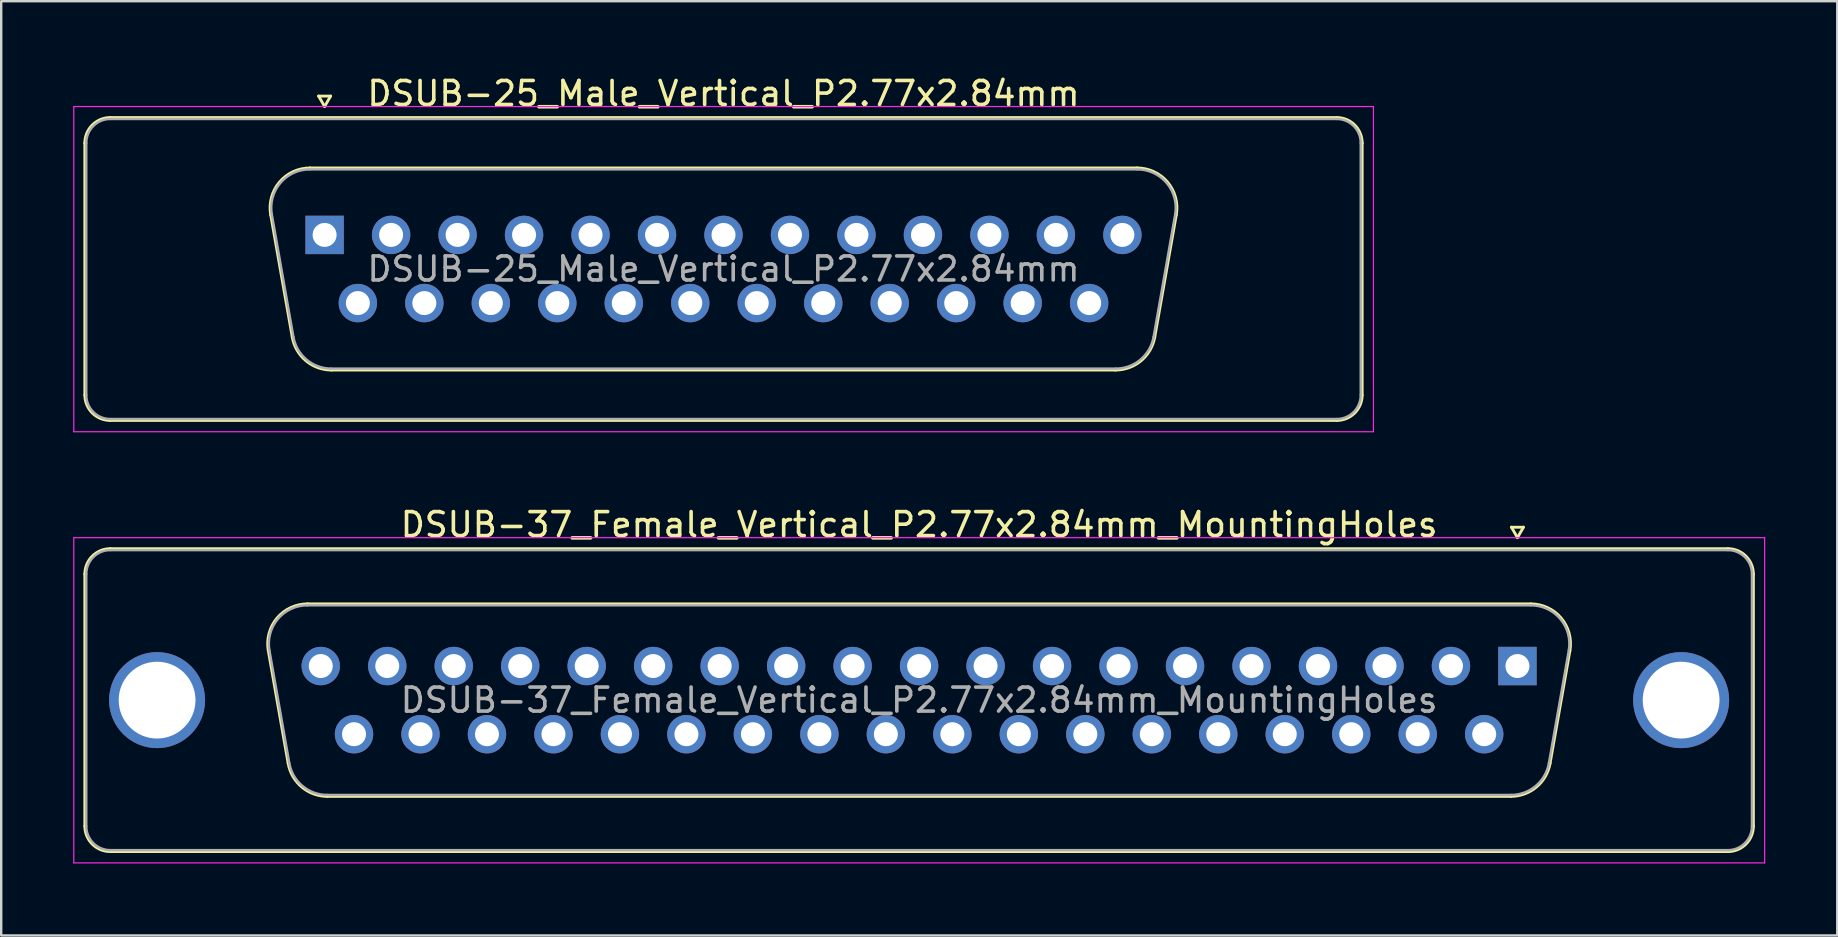
<source format=kicad_pcb>
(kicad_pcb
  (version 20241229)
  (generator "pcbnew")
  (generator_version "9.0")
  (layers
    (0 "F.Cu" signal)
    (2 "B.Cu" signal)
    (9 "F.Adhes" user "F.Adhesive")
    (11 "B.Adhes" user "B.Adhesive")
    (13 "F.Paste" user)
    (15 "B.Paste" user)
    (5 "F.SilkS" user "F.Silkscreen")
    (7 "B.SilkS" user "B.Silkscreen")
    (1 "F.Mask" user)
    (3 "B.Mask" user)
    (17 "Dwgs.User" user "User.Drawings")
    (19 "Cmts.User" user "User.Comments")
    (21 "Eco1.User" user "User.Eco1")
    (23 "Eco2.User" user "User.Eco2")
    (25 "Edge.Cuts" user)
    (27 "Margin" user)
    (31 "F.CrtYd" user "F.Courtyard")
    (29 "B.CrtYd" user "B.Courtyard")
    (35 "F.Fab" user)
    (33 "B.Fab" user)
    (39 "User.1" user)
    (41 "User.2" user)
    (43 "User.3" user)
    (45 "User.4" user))
  (footprint "DSUB-37_Female_Vertical_P2.77x2.84mm_MountingHoles"
    (layer "F.Cu")
    (at 60.175 24.701)
    (property "Reference" "DSUB-37_Female_Vertical_P2.77x2.84mm_MountingHoles" (at -24.93 -5.89 0) (layer "F.SilkS") (effects (font (size 1 1) (thickness 0.15))))
    (attr through_hole)
    (fp_line (start -59.69 6.67) (end -59.69 -3.83) (stroke (width 0.12) (type solid)) (layer "F.SilkS"))
    (fp_line (start -58.63 -4.89) (end 8.77 -4.89) (stroke (width 0.12) (type solid)) (layer "F.SilkS"))
    (fp_line (start -52.046 -0.642) (end -51.218 4.058) (stroke (width 0.12) (type solid)) (layer "F.SilkS"))
    (fp_line (start -50.412 -2.59) (end 0.552 -2.59) (stroke (width 0.12) (type solid)) (layer "F.SilkS"))
    (fp_line (start -49.583 5.43) (end -0.277 5.43) (stroke (width 0.12) (type solid)) (layer "F.SilkS"))
    (fp_line (start -0.25 -5.784) (end 0.25 -5.784) (stroke (width 0.12) (type solid)) (layer "F.SilkS"))
    (fp_line (start 0 -5.351) (end -0.25 -5.784) (stroke (width 0.12) (type solid)) (layer "F.SilkS"))
    (fp_line (start 0.25 -5.784) (end 0 -5.351) (stroke (width 0.12) (type solid)) (layer "F.SilkS"))
    (fp_line (start 2.186 -0.642) (end 1.358 4.058) (stroke (width 0.12) (type solid)) (layer "F.SilkS"))
    (fp_line (start 8.77 7.73) (end -58.63 7.73) (stroke (width 0.12) (type solid)) (layer "F.SilkS"))
    (fp_line (start 9.83 -3.83) (end 9.83 6.67) (stroke (width 0.12) (type solid)) (layer "F.SilkS"))
    (fp_arc (start -59.69 -3.83) (mid -59.379533 -4.579533) (end -58.63 -4.89) (stroke (width 0.12) (type solid)) (layer "F.SilkS"))
    (fp_arc (start -58.63 7.73) (mid -59.379533 7.419533) (end -59.69 6.67) (stroke (width 0.12) (type solid)) (layer "F.SilkS"))
    (fp_arc (start -52.04647 -0.641744) (mid -51.683323 -1.997028) (end -50.411689 -2.59) (stroke (width 0.12) (type solid)) (layer "F.SilkS"))
    (fp_arc (start -49.582952 5.43) (mid -50.64998 5.041634) (end -51.217733 4.058256) (stroke (width 0.12) (type solid)) (layer "F.SilkS"))
    (fp_arc (start 0.551689 -2.59) (mid 1.823323 -1.997027) (end 2.18647 -0.641744) (stroke (width 0.12) (type solid)) (layer "F.SilkS"))
    (fp_arc (start 1.357733 4.058256) (mid 0.78998 5.041634) (end -0.277048 5.43) (stroke (width 0.12) (type solid)) (layer "F.SilkS"))
    (fp_arc (start 8.77 -4.89) (mid 9.519533 -4.579533) (end 9.83 -3.83) (stroke (width 0.12) (type solid)) (layer "F.SilkS"))
    (fp_arc (start 9.83 6.67) (mid 9.519533 7.419533) (end 8.77 7.73) (stroke (width 0.12) (type solid)) (layer "F.SilkS"))
    (fp_line (start -60.15 -5.35) (end -60.15 8.2) (stroke (width 0.05) (type solid)) (layer "F.CrtYd"))
    (fp_line (start -60.15 8.2) (end 10.3 8.2) (stroke (width 0.05) (type solid)) (layer "F.CrtYd"))
    (fp_line (start 10.3 -5.35) (end -60.15 -5.35) (stroke (width 0.05) (type solid)) (layer "F.CrtYd"))
    (fp_line (start 10.3 8.2) (end 10.3 -5.35) (stroke (width 0.05) (type solid)) (layer "F.CrtYd"))
    (fp_line (start -59.63 6.67) (end -59.63 -3.83) (stroke (width 0.1) (type solid)) (layer "F.Fab"))
    (fp_line (start -58.63 -4.83) (end 8.77 -4.83) (stroke (width 0.1) (type solid)) (layer "F.Fab"))
    (fp_line (start -51.999 -0.652) (end -51.17 4.048) (stroke (width 0.1) (type solid)) (layer "F.Fab"))
    (fp_line (start -50.423 -2.53) (end 0.563 -2.53) (stroke (width 0.1) (type solid)) (layer "F.Fab"))
    (fp_line (start -49.594 5.37) (end -0.266 5.37) (stroke (width 0.1) (type solid)) (layer "F.Fab"))
    (fp_line (start 2.139 -0.652) (end 1.31 4.048) (stroke (width 0.1) (type solid)) (layer "F.Fab"))
    (fp_line (start 8.77 7.67) (end -58.63 7.67) (stroke (width 0.1) (type solid)) (layer "F.Fab"))
    (fp_line (start 9.77 -3.83) (end 9.77 6.67) (stroke (width 0.1) (type solid)) (layer "F.Fab"))
    (fp_arc (start -59.63 -3.83) (mid -59.337107 -4.537107) (end -58.63 -4.83) (stroke (width 0.1) (type solid)) (layer "F.Fab"))
    (fp_arc (start -58.63 7.67) (mid -59.337107 7.377107) (end -59.63 6.67) (stroke (width 0.1) (type solid)) (layer "F.Fab"))
    (fp_arc (start -51.998886 -0.652163) (mid -51.648865 -1.95846) (end -50.423194 -2.53) (stroke (width 0.1) (type solid)) (layer "F.Fab"))
    (fp_arc (start -49.594457 5.37) (mid -50.622917 4.995671) (end -51.170149 4.047837) (stroke (width 0.1) (type solid)) (layer "F.Fab"))
    (fp_arc (start 0.563194 -2.53) (mid 1.788865 -1.95846) (end 2.138886 -0.652163) (stroke (width 0.1) (type solid)) (layer "F.Fab"))
    (fp_arc (start 1.310149 4.047837) (mid 0.762917 4.995671) (end -0.265543 5.37) (stroke (width 0.1) (type solid)) (layer "F.Fab"))
    (fp_arc (start 8.77 -4.83) (mid 9.477107 -4.537107) (end 9.77 -3.83) (stroke (width 0.1) (type solid)) (layer "F.Fab"))
    (fp_arc (start 9.77 6.67) (mid 9.477107 7.377107) (end 8.77 7.67) (stroke (width 0.1) (type solid)) (layer "F.Fab"))
    (fp_text user "${REFERENCE}" (at -24.93 1.42 0) (layer "F.Fab") (effects (font (size 1 1) (thickness 0.15))))
    (pad "0" thru_hole circle (at -56.68 1.42) (size 4 4) (drill 3.2) (layers "*.Cu" "*.Mask"))
    (pad "0" thru_hole circle (at 6.82 1.42) (size 4 4) (drill 3.2) (layers "*.Cu" "*.Mask"))
    (pad "1" thru_hole rect (at 0 0) (size 1.6 1.6) (drill 1) (layers "*.Cu" "*.Mask"))
    (pad "2" thru_hole circle (at -2.77 0) (size 1.6 1.6) (drill 1) (layers "*.Cu" "*.Mask"))
    (pad "3" thru_hole circle (at -5.54 0) (size 1.6 1.6) (drill 1) (layers "*.Cu" "*.Mask"))
    (pad "4" thru_hole circle (at -8.31 0) (size 1.6 1.6) (drill 1) (layers "*.Cu" "*.Mask"))
    (pad "5" thru_hole circle (at -11.08 0) (size 1.6 1.6) (drill 1) (layers "*.Cu" "*.Mask"))
    (pad "6" thru_hole circle (at -13.85 0) (size 1.6 1.6) (drill 1) (layers "*.Cu" "*.Mask"))
    (pad "7" thru_hole circle (at -16.62 0) (size 1.6 1.6) (drill 1) (layers "*.Cu" "*.Mask"))
    (pad "8" thru_hole circle (at -19.39 0) (size 1.6 1.6) (drill 1) (layers "*.Cu" "*.Mask"))
    (pad "9" thru_hole circle (at -22.16 0) (size 1.6 1.6) (drill 1) (layers "*.Cu" "*.Mask"))
    (pad "10" thru_hole circle (at -24.93 0) (size 1.6 1.6) (drill 1) (layers "*.Cu" "*.Mask"))
    (pad "11" thru_hole circle (at -27.7 0) (size 1.6 1.6) (drill 1) (layers "*.Cu" "*.Mask"))
    (pad "12" thru_hole circle (at -30.47 0) (size 1.6 1.6) (drill 1) (layers "*.Cu" "*.Mask"))
    (pad "13" thru_hole circle (at -33.24 0) (size 1.6 1.6) (drill 1) (layers "*.Cu" "*.Mask"))
    (pad "14" thru_hole circle (at -36.01 0) (size 1.6 1.6) (drill 1) (layers "*.Cu" "*.Mask"))
    (pad "15" thru_hole circle (at -38.78 0) (size 1.6 1.6) (drill 1) (layers "*.Cu" "*.Mask"))
    (pad "16" thru_hole circle (at -41.55 0) (size 1.6 1.6) (drill 1) (layers "*.Cu" "*.Mask"))
    (pad "17" thru_hole circle (at -44.32 0) (size 1.6 1.6) (drill 1) (layers "*.Cu" "*.Mask"))
    (pad "18" thru_hole circle (at -47.09 0) (size 1.6 1.6) (drill 1) (layers "*.Cu" "*.Mask"))
    (pad "19" thru_hole circle (at -49.86 0) (size 1.6 1.6) (drill 1) (layers "*.Cu" "*.Mask"))
    (pad "20" thru_hole circle (at -1.385 2.84) (size 1.6 1.6) (drill 1) (layers "*.Cu" "*.Mask"))
    (pad "21" thru_hole circle (at -4.155 2.84) (size 1.6 1.6) (drill 1) (layers "*.Cu" "*.Mask"))
    (pad "22" thru_hole circle (at -6.925 2.84) (size 1.6 1.6) (drill 1) (layers "*.Cu" "*.Mask"))
    (pad "23" thru_hole circle (at -9.695 2.84) (size 1.6 1.6) (drill 1) (layers "*.Cu" "*.Mask"))
    (pad "24" thru_hole circle (at -12.465 2.84) (size 1.6 1.6) (drill 1) (layers "*.Cu" "*.Mask"))
    (pad "25" thru_hole circle (at -15.235 2.84) (size 1.6 1.6) (drill 1) (layers "*.Cu" "*.Mask"))
    (pad "26" thru_hole circle (at -18.005 2.84) (size 1.6 1.6) (drill 1) (layers "*.Cu" "*.Mask"))
    (pad "27" thru_hole circle (at -20.775 2.84) (size 1.6 1.6) (drill 1) (layers "*.Cu" "*.Mask"))
    (pad "28" thru_hole circle (at -23.545 2.84) (size 1.6 1.6) (drill 1) (layers "*.Cu" "*.Mask"))
    (pad "29" thru_hole circle (at -26.315 2.84) (size 1.6 1.6) (drill 1) (layers "*.Cu" "*.Mask"))
    (pad "30" thru_hole circle (at -29.085 2.84) (size 1.6 1.6) (drill 1) (layers "*.Cu" "*.Mask"))
    (pad "31" thru_hole circle (at -31.855 2.84) (size 1.6 1.6) (drill 1) (layers "*.Cu" "*.Mask"))
    (pad "32" thru_hole circle (at -34.625 2.84) (size 1.6 1.6) (drill 1) (layers "*.Cu" "*.Mask"))
    (pad "33" thru_hole circle (at -37.395 2.84) (size 1.6 1.6) (drill 1) (layers "*.Cu" "*.Mask"))
    (pad "34" thru_hole circle (at -40.165 2.84) (size 1.6 1.6) (drill 1) (layers "*.Cu" "*.Mask"))
    (pad "35" thru_hole circle (at -42.935 2.84) (size 1.6 1.6) (drill 1) (layers "*.Cu" "*.Mask"))
    (pad "36" thru_hole circle (at -45.705 2.84) (size 1.6 1.6) (drill 1) (layers "*.Cu" "*.Mask"))
    (pad "37" thru_hole circle (at -48.475 2.84) (size 1.6 1.6) (drill 1) (layers "*.Cu" "*.Mask")))
  (footprint "DSUB-25_Male_Vertical_P2.77x2.84mm"
    (layer "F.Cu")
    (at 10.475 6.738)
    (property "Reference" "DSUB-25_Male_Vertical_P2.77x2.84mm" (at 16.62 -5.89 0) (layer "F.SilkS") (effects (font (size 1 1) (thickness 0.15))))
    (attr through_hole)
    (fp_line (start -9.99 6.67) (end -9.99 -3.83) (stroke (width 0.12) (type solid)) (layer "F.SilkS"))
    (fp_line (start -8.93 -4.89) (end 42.17 -4.89) (stroke (width 0.12) (type solid)) (layer "F.SilkS"))
    (fp_line (start -2.246 -0.842) (end -1.347 4.258) (stroke (width 0.12) (type solid)) (layer "F.SilkS"))
    (fp_line (start -0.612 -2.79) (end 33.852 -2.79) (stroke (width 0.12) (type solid)) (layer "F.SilkS"))
    (fp_line (start -0.25 -5.784) (end 0.25 -5.784) (stroke (width 0.12) (type solid)) (layer "F.SilkS"))
    (fp_line (start 0 -5.351) (end -0.25 -5.784) (stroke (width 0.12) (type solid)) (layer "F.SilkS"))
    (fp_line (start 0.25 -5.784) (end 0 -5.351) (stroke (width 0.12) (type solid)) (layer "F.SilkS"))
    (fp_line (start 0.288 5.63) (end 32.952 5.63) (stroke (width 0.12) (type solid)) (layer "F.SilkS"))
    (fp_line (start 35.486 -0.842) (end 34.587 4.258) (stroke (width 0.12) (type solid)) (layer "F.SilkS"))
    (fp_line (start 42.17 7.73) (end -8.93 7.73) (stroke (width 0.12) (type solid)) (layer "F.SilkS"))
    (fp_line (start 43.23 -3.83) (end 43.23 6.67) (stroke (width 0.12) (type solid)) (layer "F.SilkS"))
    (fp_arc (start -9.99 -3.83) (mid -9.679533 -4.579533) (end -8.93 -4.89) (stroke (width 0.12) (type solid)) (layer "F.SilkS"))
    (fp_arc (start -8.93 7.73) (mid -9.679533 7.419533) (end -9.99 6.67) (stroke (width 0.12) (type solid)) (layer "F.SilkS"))
    (fp_arc (start -2.24647 -0.841744) (mid -1.883323 -2.197028) (end -0.611689 -2.79) (stroke (width 0.12) (type solid)) (layer "F.SilkS"))
    (fp_arc (start 0.287579 5.63) (mid -0.779449 5.241634) (end -1.347202 4.258256) (stroke (width 0.12) (type solid)) (layer "F.SilkS"))
    (fp_arc (start 33.851689 -2.79) (mid 35.123323 -2.197027) (end 35.48647 -0.841744) (stroke (width 0.12) (type solid)) (layer "F.SilkS"))
    (fp_arc (start 34.587202 4.258256) (mid 34.019449 5.241634) (end 32.952421 5.63) (stroke (width 0.12) (type solid)) (layer "F.SilkS"))
    (fp_arc (start 42.17 -4.89) (mid 42.919533 -4.579533) (end 43.23 -3.83) (stroke (width 0.12) (type solid)) (layer "F.SilkS"))
    (fp_arc (start 43.23 6.67) (mid 42.919533 7.419533) (end 42.17 7.73) (stroke (width 0.12) (type solid)) (layer "F.SilkS"))
    (fp_line (start -10.45 -5.35) (end -10.45 8.2) (stroke (width 0.05) (type solid)) (layer "F.CrtYd"))
    (fp_line (start -10.45 8.2) (end 43.7 8.2) (stroke (width 0.05) (type solid)) (layer "F.CrtYd"))
    (fp_line (start 43.7 -5.35) (end -10.45 -5.35) (stroke (width 0.05) (type solid)) (layer "F.CrtYd"))
    (fp_line (start 43.7 8.2) (end 43.7 -5.35) (stroke (width 0.05) (type solid)) (layer "F.CrtYd"))
    (fp_line (start -9.93 6.67) (end -9.93 -3.83) (stroke (width 0.1) (type solid)) (layer "F.Fab"))
    (fp_line (start -8.93 -4.83) (end 42.17 -4.83) (stroke (width 0.1) (type solid)) (layer "F.Fab"))
    (fp_line (start -2.199 -0.852) (end -1.3 4.248) (stroke (width 0.1) (type solid)) (layer "F.Fab"))
    (fp_line (start -0.623 -2.73) (end 33.863 -2.73) (stroke (width 0.1) (type solid)) (layer "F.Fab"))
    (fp_line (start 0.276 5.57) (end 32.964 5.57) (stroke (width 0.1) (type solid)) (layer "F.Fab"))
    (fp_line (start 35.439 -0.852) (end 34.54 4.248) (stroke (width 0.1) (type solid)) (layer "F.Fab"))
    (fp_line (start 42.17 7.67) (end -8.93 7.67) (stroke (width 0.1) (type solid)) (layer "F.Fab"))
    (fp_line (start 43.17 -3.83) (end 43.17 6.67) (stroke (width 0.1) (type solid)) (layer "F.Fab"))
    (fp_arc (start -9.93 -3.83) (mid -9.637107 -4.537107) (end -8.93 -4.83) (stroke (width 0.1) (type solid)) (layer "F.Fab"))
    (fp_arc (start -8.93 7.67) (mid -9.637107 7.377107) (end -9.93 6.67) (stroke (width 0.1) (type solid)) (layer "F.Fab"))
    (fp_arc (start -2.198886 -0.852163) (mid -1.848865 -2.15846) (end -0.623194 -2.73) (stroke (width 0.1) (type solid)) (layer "F.Fab"))
    (fp_arc (start 0.276073 5.57) (mid -0.752387 5.195671) (end -1.299619 4.247837) (stroke (width 0.1) (type solid)) (layer "F.Fab"))
    (fp_arc (start 33.863194 -2.73) (mid 35.088865 -2.15846) (end 35.438886 -0.852163) (stroke (width 0.1) (type solid)) (layer "F.Fab"))
    (fp_arc (start 34.539619 4.247837) (mid 33.992387 5.195671) (end 32.963927 5.57) (stroke (width 0.1) (type solid)) (layer "F.Fab"))
    (fp_arc (start 42.17 -4.83) (mid 42.877107 -4.537107) (end 43.17 -3.83) (stroke (width 0.1) (type solid)) (layer "F.Fab"))
    (fp_arc (start 43.17 6.67) (mid 42.877107 7.377107) (end 42.17 7.67) (stroke (width 0.1) (type solid)) (layer "F.Fab"))
    (fp_text user "${REFERENCE}" (at 16.62 1.42 0) (layer "F.Fab") (effects (font (size 1 1) (thickness 0.15))))
    (pad "1" thru_hole rect (at 0 0) (size 1.6 1.6) (drill 1) (layers "*.Cu" "*.Mask"))
    (pad "2" thru_hole circle (at 2.77 0) (size 1.6 1.6) (drill 1) (layers "*.Cu" "*.Mask"))
    (pad "3" thru_hole circle (at 5.54 0) (size 1.6 1.6) (drill 1) (layers "*.Cu" "*.Mask"))
    (pad "4" thru_hole circle (at 8.31 0) (size 1.6 1.6) (drill 1) (layers "*.Cu" "*.Mask"))
    (pad "5" thru_hole circle (at 11.08 0) (size 1.6 1.6) (drill 1) (layers "*.Cu" "*.Mask"))
    (pad "6" thru_hole circle (at 13.85 0) (size 1.6 1.6) (drill 1) (layers "*.Cu" "*.Mask"))
    (pad "7" thru_hole circle (at 16.62 0) (size 1.6 1.6) (drill 1) (layers "*.Cu" "*.Mask"))
    (pad "8" thru_hole circle (at 19.39 0) (size 1.6 1.6) (drill 1) (layers "*.Cu" "*.Mask"))
    (pad "9" thru_hole circle (at 22.16 0) (size 1.6 1.6) (drill 1) (layers "*.Cu" "*.Mask"))
    (pad "10" thru_hole circle (at 24.93 0) (size 1.6 1.6) (drill 1) (layers "*.Cu" "*.Mask"))
    (pad "11" thru_hole circle (at 27.7 0) (size 1.6 1.6) (drill 1) (layers "*.Cu" "*.Mask"))
    (pad "12" thru_hole circle (at 30.47 0) (size 1.6 1.6) (drill 1) (layers "*.Cu" "*.Mask"))
    (pad "13" thru_hole circle (at 33.24 0) (size 1.6 1.6) (drill 1) (layers "*.Cu" "*.Mask"))
    (pad "14" thru_hole circle (at 1.385 2.84) (size 1.6 1.6) (drill 1) (layers "*.Cu" "*.Mask"))
    (pad "15" thru_hole circle (at 4.155 2.84) (size 1.6 1.6) (drill 1) (layers "*.Cu" "*.Mask"))
    (pad "16" thru_hole circle (at 6.925 2.84) (size 1.6 1.6) (drill 1) (layers "*.Cu" "*.Mask"))
    (pad "17" thru_hole circle (at 9.695 2.84) (size 1.6 1.6) (drill 1) (layers "*.Cu" "*.Mask"))
    (pad "18" thru_hole circle (at 12.465 2.84) (size 1.6 1.6) (drill 1) (layers "*.Cu" "*.Mask"))
    (pad "19" thru_hole circle (at 15.235 2.84) (size 1.6 1.6) (drill 1) (layers "*.Cu" "*.Mask"))
    (pad "20" thru_hole circle (at 18.005 2.84) (size 1.6 1.6) (drill 1) (layers "*.Cu" "*.Mask"))
    (pad "21" thru_hole circle (at 20.775 2.84) (size 1.6 1.6) (drill 1) (layers "*.Cu" "*.Mask"))
    (pad "22" thru_hole circle (at 23.545 2.84) (size 1.6 1.6) (drill 1) (layers "*.Cu" "*.Mask"))
    (pad "23" thru_hole circle (at 26.315 2.84) (size 1.6 1.6) (drill 1) (layers "*.Cu" "*.Mask"))
    (pad "24" thru_hole circle (at 29.085 2.84) (size 1.6 1.6) (drill 1) (layers "*.Cu" "*.Mask"))
    (pad "25" thru_hole circle (at 31.855 2.84) (size 1.6 1.6) (drill 1) (layers "*.Cu" "*.Mask")))
  (gr_rect
    (start -3 -3)
    (end 73.5 35.926)
    (stroke (width 0.1) (type default))
    (fill no)
    (layer "Edge.Cuts")))
</source>
